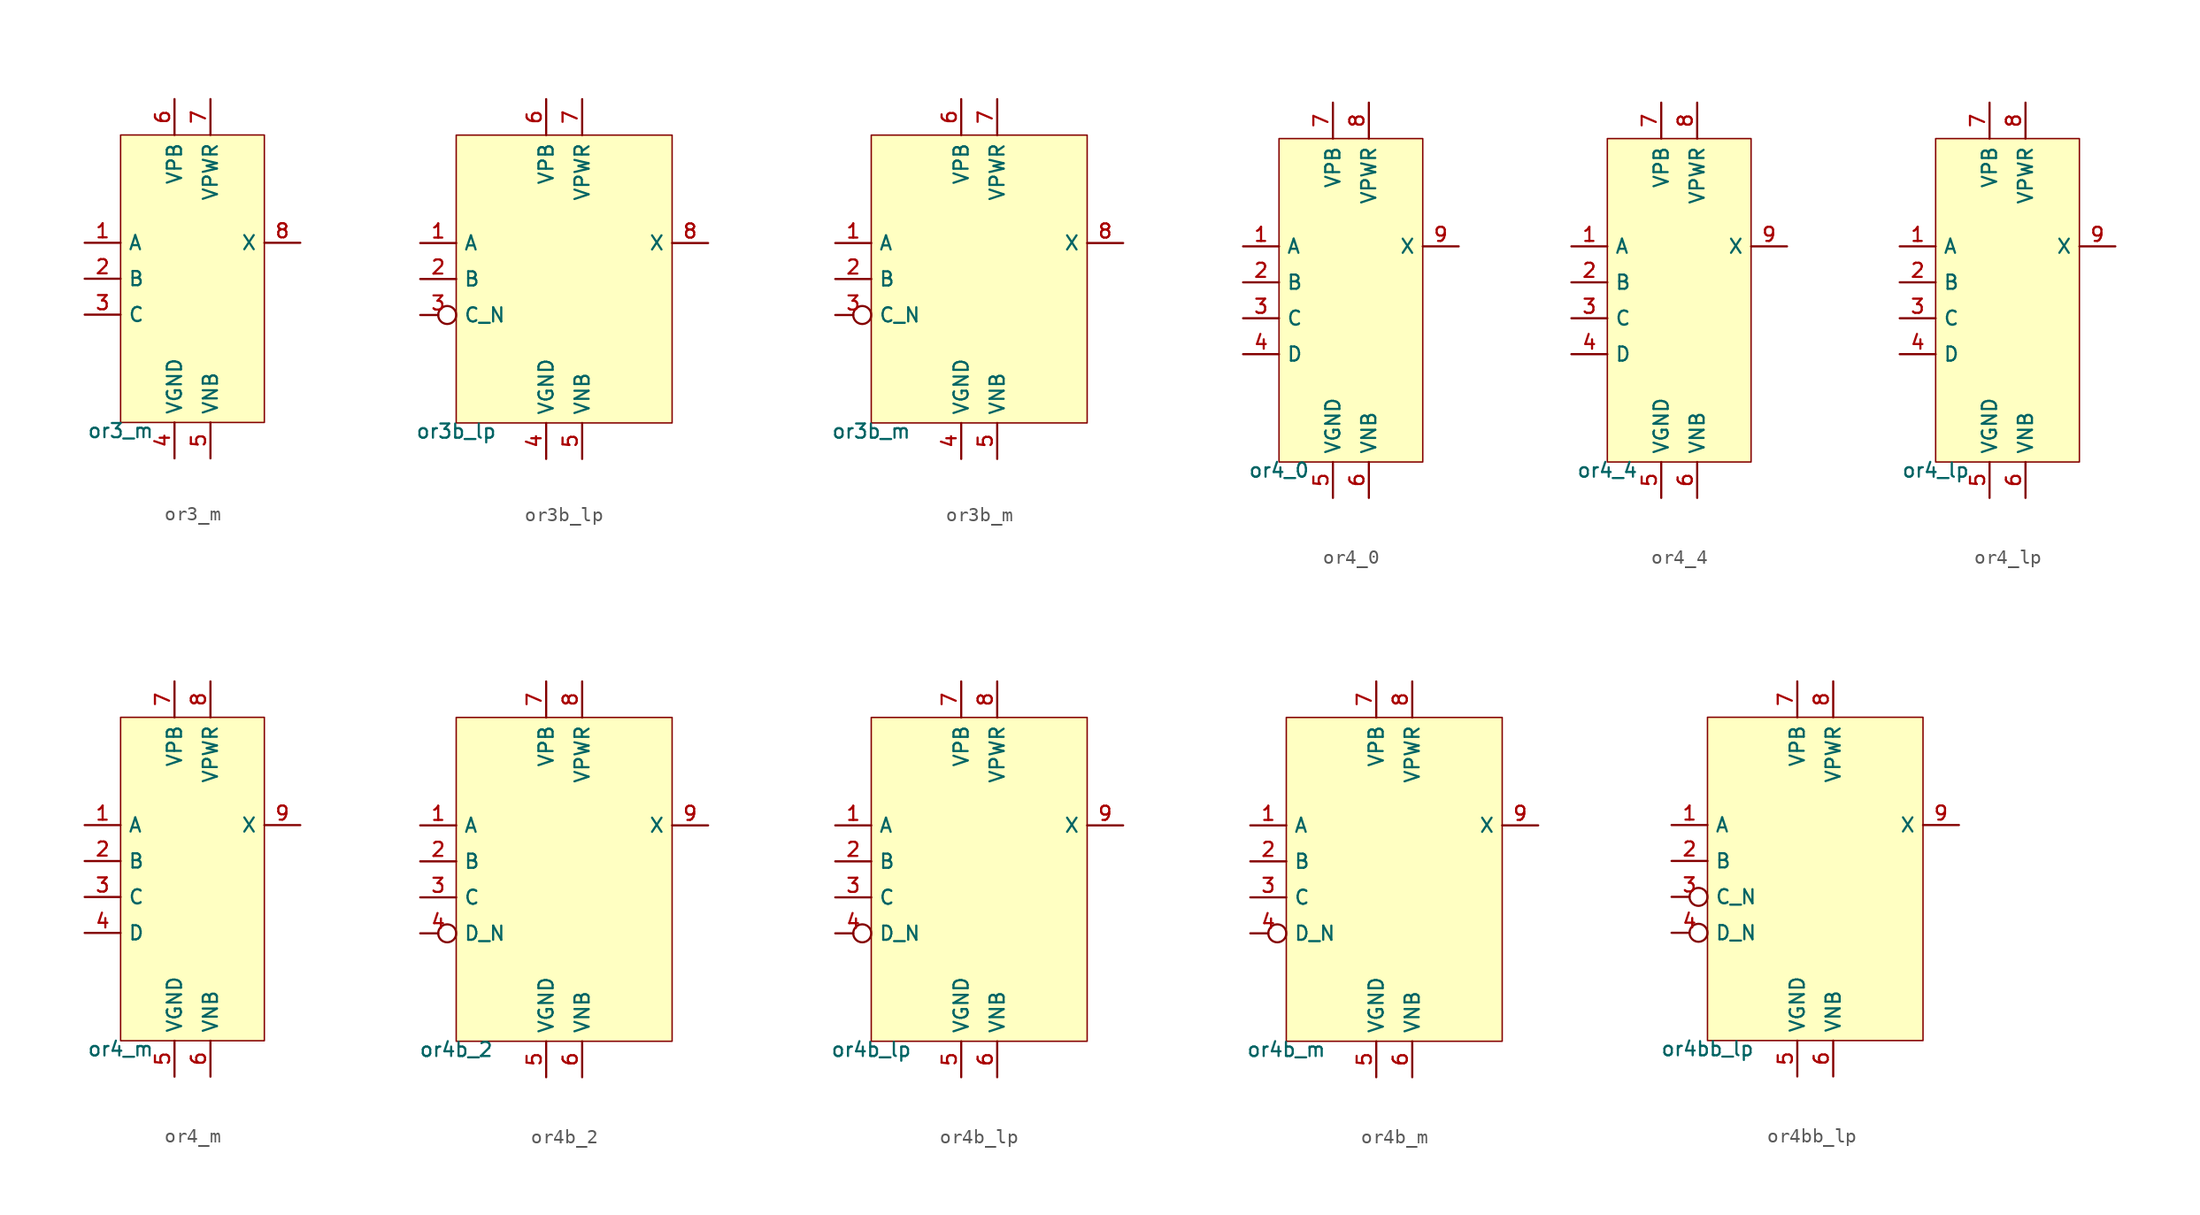
<source format=kicad_sym>
(kicad_symbol_lib
  (version 20211014)
  (generator pdk2kicad)
  (symbol "or3_m"
    (property "Reference" "X"
      (at 0 0 0)
      (effects (font (size 1 1)) hide))
    (property "Value" "or3_m"
      (at -5.08 -10.16 0)
      (effects (font (size 1 1)) (justify top)))
    (rectangle
      (start -5.08 -10.16)
      (end 5.08 10.16)
      (stroke (width 0.1) (type solid) (color 0 0 0 0))
      (fill (type background)))
    (pin input line
      (at -7.62 2.54 0)
      (length 2.54)
      (name "A" (effects (font (size 1 1)) hide))
      (number "1" (effects (font (size 1 1)) hide)))
    (pin input line
      (at -7.62 0.0 0)
      (length 2.54)
      (name "B" (effects (font (size 1 1)) hide))
      (number "2" (effects (font (size 1 1)) hide)))
    (pin input line
      (at -7.62 -2.54 0)
      (length 2.54)
      (name "C" (effects (font (size 1 1)) hide))
      (number "3" (effects (font (size 1 1)) hide)))
    (pin power_in line
      (at -1.27 -12.7 90)
      (length 2.54)
      (name "VGND" (effects (font (size 1 1)) hide))
      (number "4" (effects (font (size 1 1)) hide)))
    (pin power_in line
      (at 1.27 -12.7 90)
      (length 2.54)
      (name "VNB" (effects (font (size 1 1)) hide))
      (number "5" (effects (font (size 1 1)) hide)))
    (pin power_in line
      (at -1.27 12.7 270)
      (length 2.54)
      (name "VPB" (effects (font (size 1 1)) hide))
      (number "6" (effects (font (size 1 1)) hide)))
    (pin power_in line
      (at 1.27 12.7 270)
      (length 2.54)
      (name "VPWR" (effects (font (size 1 1)) hide))
      (number "7" (effects (font (size 1 1)) hide)))
    (pin output line
      (at 7.62 2.54 180)
      (length 2.54)
      (name "X" (effects (font (size 1 1)) hide))
      (number "8" (effects (font (size 1 1)) hide))))
  (symbol "or3b_lp"
    (property "Reference" "X"
      (at 0 0 0)
      (effects (font (size 1 1)) hide))
    (property "Value" "or3b_lp"
      (at -7.62 -10.16 0)
      (effects (font (size 1 1)) (justify top)))
    (rectangle
      (start -7.62 -10.16)
      (end 7.62 10.16)
      (stroke (width 0.1) (type solid) (color 0 0 0 0))
      (fill (type background)))
    (pin input line
      (at -10.16 2.54 0)
      (length 2.54)
      (name "A" (effects (font (size 1 1)) hide))
      (number "1" (effects (font (size 1 1)) hide)))
    (pin input line
      (at -10.16 0.0 0)
      (length 2.54)
      (name "B" (effects (font (size 1 1)) hide))
      (number "2" (effects (font (size 1 1)) hide)))
    (pin input inverted
      (at -10.16 -2.54 0)
      (length 2.54)
      (name "C_N" (effects (font (size 1 1)) hide))
      (number "3" (effects (font (size 1 1)) hide)))
    (pin power_in line
      (at -1.27 -12.7 90)
      (length 2.54)
      (name "VGND" (effects (font (size 1 1)) hide))
      (number "4" (effects (font (size 1 1)) hide)))
    (pin power_in line
      (at 1.27 -12.7 90)
      (length 2.54)
      (name "VNB" (effects (font (size 1 1)) hide))
      (number "5" (effects (font (size 1 1)) hide)))
    (pin power_in line
      (at -1.27 12.7 270)
      (length 2.54)
      (name "VPB" (effects (font (size 1 1)) hide))
      (number "6" (effects (font (size 1 1)) hide)))
    (pin power_in line
      (at 1.27 12.7 270)
      (length 2.54)
      (name "VPWR" (effects (font (size 1 1)) hide))
      (number "7" (effects (font (size 1 1)) hide)))
    (pin output line
      (at 10.16 2.54 180)
      (length 2.54)
      (name "X" (effects (font (size 1 1)) hide))
      (number "8" (effects (font (size 1 1)) hide))))
  (symbol "or3b_m"
    (property "Reference" "X"
      (at 0 0 0)
      (effects (font (size 1 1)) hide))
    (property "Value" "or3b_m"
      (at -7.62 -10.16 0)
      (effects (font (size 1 1)) (justify top)))
    (rectangle
      (start -7.62 -10.16)
      (end 7.62 10.16)
      (stroke (width 0.1) (type solid) (color 0 0 0 0))
      (fill (type background)))
    (pin input line
      (at -10.16 2.54 0)
      (length 2.54)
      (name "A" (effects (font (size 1 1)) hide))
      (number "1" (effects (font (size 1 1)) hide)))
    (pin input line
      (at -10.16 0.0 0)
      (length 2.54)
      (name "B" (effects (font (size 1 1)) hide))
      (number "2" (effects (font (size 1 1)) hide)))
    (pin input inverted
      (at -10.16 -2.54 0)
      (length 2.54)
      (name "C_N" (effects (font (size 1 1)) hide))
      (number "3" (effects (font (size 1 1)) hide)))
    (pin power_in line
      (at -1.27 -12.7 90)
      (length 2.54)
      (name "VGND" (effects (font (size 1 1)) hide))
      (number "4" (effects (font (size 1 1)) hide)))
    (pin power_in line
      (at 1.27 -12.7 90)
      (length 2.54)
      (name "VNB" (effects (font (size 1 1)) hide))
      (number "5" (effects (font (size 1 1)) hide)))
    (pin power_in line
      (at -1.27 12.7 270)
      (length 2.54)
      (name "VPB" (effects (font (size 1 1)) hide))
      (number "6" (effects (font (size 1 1)) hide)))
    (pin power_in line
      (at 1.27 12.7 270)
      (length 2.54)
      (name "VPWR" (effects (font (size 1 1)) hide))
      (number "7" (effects (font (size 1 1)) hide)))
    (pin output line
      (at 10.16 2.54 180)
      (length 2.54)
      (name "X" (effects (font (size 1 1)) hide))
      (number "8" (effects (font (size 1 1)) hide))))
  (symbol "or4_0"
    (property "Reference" "X"
      (at 0 0 0)
      (effects (font (size 1 1)) hide))
    (property "Value" "or4_0"
      (at -5.08 -11.43 0)
      (effects (font (size 1 1)) (justify top)))
    (rectangle
      (start -5.08 -11.43)
      (end 5.08 11.43)
      (stroke (width 0.1) (type solid) (color 0 0 0 0))
      (fill (type background)))
    (pin input line
      (at -7.62 3.81 0)
      (length 2.54)
      (name "A" (effects (font (size 1 1)) hide))
      (number "1" (effects (font (size 1 1)) hide)))
    (pin input line
      (at -7.62 1.27 0)
      (length 2.54)
      (name "B" (effects (font (size 1 1)) hide))
      (number "2" (effects (font (size 1 1)) hide)))
    (pin input line
      (at -7.62 -1.27 0)
      (length 2.54)
      (name "C" (effects (font (size 1 1)) hide))
      (number "3" (effects (font (size 1 1)) hide)))
    (pin input line
      (at -7.62 -3.81 0)
      (length 2.54)
      (name "D" (effects (font (size 1 1)) hide))
      (number "4" (effects (font (size 1 1)) hide)))
    (pin power_in line
      (at -1.27 -13.97 90)
      (length 2.54)
      (name "VGND" (effects (font (size 1 1)) hide))
      (number "5" (effects (font (size 1 1)) hide)))
    (pin power_in line
      (at 1.27 -13.97 90)
      (length 2.54)
      (name "VNB" (effects (font (size 1 1)) hide))
      (number "6" (effects (font (size 1 1)) hide)))
    (pin power_in line
      (at -1.27 13.97 270)
      (length 2.54)
      (name "VPB" (effects (font (size 1 1)) hide))
      (number "7" (effects (font (size 1 1)) hide)))
    (pin power_in line
      (at 1.27 13.97 270)
      (length 2.54)
      (name "VPWR" (effects (font (size 1 1)) hide))
      (number "8" (effects (font (size 1 1)) hide)))
    (pin output line
      (at 7.62 3.81 180)
      (length 2.54)
      (name "X" (effects (font (size 1 1)) hide))
      (number "9" (effects (font (size 1 1)) hide))))
  (symbol "or4_4"
    (property "Reference" "X"
      (at 0 0 0)
      (effects (font (size 1 1)) hide))
    (property "Value" "or4_4"
      (at -5.08 -11.43 0)
      (effects (font (size 1 1)) (justify top)))
    (rectangle
      (start -5.08 -11.43)
      (end 5.08 11.43)
      (stroke (width 0.1) (type solid) (color 0 0 0 0))
      (fill (type background)))
    (pin input line
      (at -7.62 3.81 0)
      (length 2.54)
      (name "A" (effects (font (size 1 1)) hide))
      (number "1" (effects (font (size 1 1)) hide)))
    (pin input line
      (at -7.62 1.27 0)
      (length 2.54)
      (name "B" (effects (font (size 1 1)) hide))
      (number "2" (effects (font (size 1 1)) hide)))
    (pin input line
      (at -7.62 -1.27 0)
      (length 2.54)
      (name "C" (effects (font (size 1 1)) hide))
      (number "3" (effects (font (size 1 1)) hide)))
    (pin input line
      (at -7.62 -3.81 0)
      (length 2.54)
      (name "D" (effects (font (size 1 1)) hide))
      (number "4" (effects (font (size 1 1)) hide)))
    (pin power_in line
      (at -1.27 -13.97 90)
      (length 2.54)
      (name "VGND" (effects (font (size 1 1)) hide))
      (number "5" (effects (font (size 1 1)) hide)))
    (pin power_in line
      (at 1.27 -13.97 90)
      (length 2.54)
      (name "VNB" (effects (font (size 1 1)) hide))
      (number "6" (effects (font (size 1 1)) hide)))
    (pin power_in line
      (at -1.27 13.97 270)
      (length 2.54)
      (name "VPB" (effects (font (size 1 1)) hide))
      (number "7" (effects (font (size 1 1)) hide)))
    (pin power_in line
      (at 1.27 13.97 270)
      (length 2.54)
      (name "VPWR" (effects (font (size 1 1)) hide))
      (number "8" (effects (font (size 1 1)) hide)))
    (pin output line
      (at 7.62 3.81 180)
      (length 2.54)
      (name "X" (effects (font (size 1 1)) hide))
      (number "9" (effects (font (size 1 1)) hide))))
  (symbol "or4_lp"
    (property "Reference" "X"
      (at 0 0 0)
      (effects (font (size 1 1)) hide))
    (property "Value" "or4_lp"
      (at -5.08 -11.43 0)
      (effects (font (size 1 1)) (justify top)))
    (rectangle
      (start -5.08 -11.43)
      (end 5.08 11.43)
      (stroke (width 0.1) (type solid) (color 0 0 0 0))
      (fill (type background)))
    (pin input line
      (at -7.62 3.81 0)
      (length 2.54)
      (name "A" (effects (font (size 1 1)) hide))
      (number "1" (effects (font (size 1 1)) hide)))
    (pin input line
      (at -7.62 1.27 0)
      (length 2.54)
      (name "B" (effects (font (size 1 1)) hide))
      (number "2" (effects (font (size 1 1)) hide)))
    (pin input line
      (at -7.62 -1.27 0)
      (length 2.54)
      (name "C" (effects (font (size 1 1)) hide))
      (number "3" (effects (font (size 1 1)) hide)))
    (pin input line
      (at -7.62 -3.81 0)
      (length 2.54)
      (name "D" (effects (font (size 1 1)) hide))
      (number "4" (effects (font (size 1 1)) hide)))
    (pin power_in line
      (at -1.27 -13.97 90)
      (length 2.54)
      (name "VGND" (effects (font (size 1 1)) hide))
      (number "5" (effects (font (size 1 1)) hide)))
    (pin power_in line
      (at 1.27 -13.97 90)
      (length 2.54)
      (name "VNB" (effects (font (size 1 1)) hide))
      (number "6" (effects (font (size 1 1)) hide)))
    (pin power_in line
      (at -1.27 13.97 270)
      (length 2.54)
      (name "VPB" (effects (font (size 1 1)) hide))
      (number "7" (effects (font (size 1 1)) hide)))
    (pin power_in line
      (at 1.27 13.97 270)
      (length 2.54)
      (name "VPWR" (effects (font (size 1 1)) hide))
      (number "8" (effects (font (size 1 1)) hide)))
    (pin output line
      (at 7.62 3.81 180)
      (length 2.54)
      (name "X" (effects (font (size 1 1)) hide))
      (number "9" (effects (font (size 1 1)) hide))))
  (symbol "or4_m"
    (property "Reference" "X"
      (at 0 0 0)
      (effects (font (size 1 1)) hide))
    (property "Value" "or4_m"
      (at -5.08 -11.43 0)
      (effects (font (size 1 1)) (justify top)))
    (rectangle
      (start -5.08 -11.43)
      (end 5.08 11.43)
      (stroke (width 0.1) (type solid) (color 0 0 0 0))
      (fill (type background)))
    (pin input line
      (at -7.62 3.81 0)
      (length 2.54)
      (name "A" (effects (font (size 1 1)) hide))
      (number "1" (effects (font (size 1 1)) hide)))
    (pin input line
      (at -7.62 1.27 0)
      (length 2.54)
      (name "B" (effects (font (size 1 1)) hide))
      (number "2" (effects (font (size 1 1)) hide)))
    (pin input line
      (at -7.62 -1.27 0)
      (length 2.54)
      (name "C" (effects (font (size 1 1)) hide))
      (number "3" (effects (font (size 1 1)) hide)))
    (pin input line
      (at -7.62 -3.81 0)
      (length 2.54)
      (name "D" (effects (font (size 1 1)) hide))
      (number "4" (effects (font (size 1 1)) hide)))
    (pin power_in line
      (at -1.27 -13.97 90)
      (length 2.54)
      (name "VGND" (effects (font (size 1 1)) hide))
      (number "5" (effects (font (size 1 1)) hide)))
    (pin power_in line
      (at 1.27 -13.97 90)
      (length 2.54)
      (name "VNB" (effects (font (size 1 1)) hide))
      (number "6" (effects (font (size 1 1)) hide)))
    (pin power_in line
      (at -1.27 13.97 270)
      (length 2.54)
      (name "VPB" (effects (font (size 1 1)) hide))
      (number "7" (effects (font (size 1 1)) hide)))
    (pin power_in line
      (at 1.27 13.97 270)
      (length 2.54)
      (name "VPWR" (effects (font (size 1 1)) hide))
      (number "8" (effects (font (size 1 1)) hide)))
    (pin output line
      (at 7.62 3.81 180)
      (length 2.54)
      (name "X" (effects (font (size 1 1)) hide))
      (number "9" (effects (font (size 1 1)) hide))))
  (symbol "or4b_2"
    (property "Reference" "X"
      (at 0 0 0)
      (effects (font (size 1 1)) hide))
    (property "Value" "or4b_2"
      (at -7.62 -11.43 0)
      (effects (font (size 1 1)) (justify top)))
    (rectangle
      (start -7.62 -11.43)
      (end 7.62 11.43)
      (stroke (width 0.1) (type solid) (color 0 0 0 0))
      (fill (type background)))
    (pin input line
      (at -10.16 3.81 0)
      (length 2.54)
      (name "A" (effects (font (size 1 1)) hide))
      (number "1" (effects (font (size 1 1)) hide)))
    (pin input line
      (at -10.16 1.27 0)
      (length 2.54)
      (name "B" (effects (font (size 1 1)) hide))
      (number "2" (effects (font (size 1 1)) hide)))
    (pin input line
      (at -10.16 -1.27 0)
      (length 2.54)
      (name "C" (effects (font (size 1 1)) hide))
      (number "3" (effects (font (size 1 1)) hide)))
    (pin input inverted
      (at -10.16 -3.81 0)
      (length 2.54)
      (name "D_N" (effects (font (size 1 1)) hide))
      (number "4" (effects (font (size 1 1)) hide)))
    (pin power_in line
      (at -1.27 -13.97 90)
      (length 2.54)
      (name "VGND" (effects (font (size 1 1)) hide))
      (number "5" (effects (font (size 1 1)) hide)))
    (pin power_in line
      (at 1.27 -13.97 90)
      (length 2.54)
      (name "VNB" (effects (font (size 1 1)) hide))
      (number "6" (effects (font (size 1 1)) hide)))
    (pin power_in line
      (at -1.27 13.97 270)
      (length 2.54)
      (name "VPB" (effects (font (size 1 1)) hide))
      (number "7" (effects (font (size 1 1)) hide)))
    (pin power_in line
      (at 1.27 13.97 270)
      (length 2.54)
      (name "VPWR" (effects (font (size 1 1)) hide))
      (number "8" (effects (font (size 1 1)) hide)))
    (pin output line
      (at 10.16 3.81 180)
      (length 2.54)
      (name "X" (effects (font (size 1 1)) hide))
      (number "9" (effects (font (size 1 1)) hide))))
  (symbol "or4b_lp"
    (property "Reference" "X"
      (at 0 0 0)
      (effects (font (size 1 1)) hide))
    (property "Value" "or4b_lp"
      (at -7.62 -11.43 0)
      (effects (font (size 1 1)) (justify top)))
    (rectangle
      (start -7.62 -11.43)
      (end 7.62 11.43)
      (stroke (width 0.1) (type solid) (color 0 0 0 0))
      (fill (type background)))
    (pin input line
      (at -10.16 3.81 0)
      (length 2.54)
      (name "A" (effects (font (size 1 1)) hide))
      (number "1" (effects (font (size 1 1)) hide)))
    (pin input line
      (at -10.16 1.27 0)
      (length 2.54)
      (name "B" (effects (font (size 1 1)) hide))
      (number "2" (effects (font (size 1 1)) hide)))
    (pin input line
      (at -10.16 -1.27 0)
      (length 2.54)
      (name "C" (effects (font (size 1 1)) hide))
      (number "3" (effects (font (size 1 1)) hide)))
    (pin input inverted
      (at -10.16 -3.81 0)
      (length 2.54)
      (name "D_N" (effects (font (size 1 1)) hide))
      (number "4" (effects (font (size 1 1)) hide)))
    (pin power_in line
      (at -1.27 -13.97 90)
      (length 2.54)
      (name "VGND" (effects (font (size 1 1)) hide))
      (number "5" (effects (font (size 1 1)) hide)))
    (pin power_in line
      (at 1.27 -13.97 90)
      (length 2.54)
      (name "VNB" (effects (font (size 1 1)) hide))
      (number "6" (effects (font (size 1 1)) hide)))
    (pin power_in line
      (at -1.27 13.97 270)
      (length 2.54)
      (name "VPB" (effects (font (size 1 1)) hide))
      (number "7" (effects (font (size 1 1)) hide)))
    (pin power_in line
      (at 1.27 13.97 270)
      (length 2.54)
      (name "VPWR" (effects (font (size 1 1)) hide))
      (number "8" (effects (font (size 1 1)) hide)))
    (pin output line
      (at 10.16 3.81 180)
      (length 2.54)
      (name "X" (effects (font (size 1 1)) hide))
      (number "9" (effects (font (size 1 1)) hide))))
  (symbol "or4b_m"
    (property "Reference" "X"
      (at 0 0 0)
      (effects (font (size 1 1)) hide))
    (property "Value" "or4b_m"
      (at -7.62 -11.43 0)
      (effects (font (size 1 1)) (justify top)))
    (rectangle
      (start -7.62 -11.43)
      (end 7.62 11.43)
      (stroke (width 0.1) (type solid) (color 0 0 0 0))
      (fill (type background)))
    (pin input line
      (at -10.16 3.81 0)
      (length 2.54)
      (name "A" (effects (font (size 1 1)) hide))
      (number "1" (effects (font (size 1 1)) hide)))
    (pin input line
      (at -10.16 1.27 0)
      (length 2.54)
      (name "B" (effects (font (size 1 1)) hide))
      (number "2" (effects (font (size 1 1)) hide)))
    (pin input line
      (at -10.16 -1.27 0)
      (length 2.54)
      (name "C" (effects (font (size 1 1)) hide))
      (number "3" (effects (font (size 1 1)) hide)))
    (pin input inverted
      (at -10.16 -3.81 0)
      (length 2.54)
      (name "D_N" (effects (font (size 1 1)) hide))
      (number "4" (effects (font (size 1 1)) hide)))
    (pin power_in line
      (at -1.27 -13.97 90)
      (length 2.54)
      (name "VGND" (effects (font (size 1 1)) hide))
      (number "5" (effects (font (size 1 1)) hide)))
    (pin power_in line
      (at 1.27 -13.97 90)
      (length 2.54)
      (name "VNB" (effects (font (size 1 1)) hide))
      (number "6" (effects (font (size 1 1)) hide)))
    (pin power_in line
      (at -1.27 13.97 270)
      (length 2.54)
      (name "VPB" (effects (font (size 1 1)) hide))
      (number "7" (effects (font (size 1 1)) hide)))
    (pin power_in line
      (at 1.27 13.97 270)
      (length 2.54)
      (name "VPWR" (effects (font (size 1 1)) hide))
      (number "8" (effects (font (size 1 1)) hide)))
    (pin output line
      (at 10.16 3.81 180)
      (length 2.54)
      (name "X" (effects (font (size 1 1)) hide))
      (number "9" (effects (font (size 1 1)) hide))))
  (symbol "or4bb_lp"
    (property "Reference" "X"
      (at 0 0 0)
      (effects (font (size 1 1)) hide))
    (property "Value" "or4bb_lp"
      (at -7.62 -11.43 0)
      (effects (font (size 1 1)) (justify top)))
    (rectangle
      (start -7.62 -11.43)
      (end 7.62 11.43)
      (stroke (width 0.1) (type solid) (color 0 0 0 0))
      (fill (type background)))
    (pin input line
      (at -10.16 3.81 0)
      (length 2.54)
      (name "A" (effects (font (size 1 1)) hide))
      (number "1" (effects (font (size 1 1)) hide)))
    (pin input line
      (at -10.16 1.27 0)
      (length 2.54)
      (name "B" (effects (font (size 1 1)) hide))
      (number "2" (effects (font (size 1 1)) hide)))
    (pin input inverted
      (at -10.16 -1.27 0)
      (length 2.54)
      (name "C_N" (effects (font (size 1 1)) hide))
      (number "3" (effects (font (size 1 1)) hide)))
    (pin input inverted
      (at -10.16 -3.81 0)
      (length 2.54)
      (name "D_N" (effects (font (size 1 1)) hide))
      (number "4" (effects (font (size 1 1)) hide)))
    (pin power_in line
      (at -1.27 -13.97 90)
      (length 2.54)
      (name "VGND" (effects (font (size 1 1)) hide))
      (number "5" (effects (font (size 1 1)) hide)))
    (pin power_in line
      (at 1.27 -13.97 90)
      (length 2.54)
      (name "VNB" (effects (font (size 1 1)) hide))
      (number "6" (effects (font (size 1 1)) hide)))
    (pin power_in line
      (at -1.27 13.97 270)
      (length 2.54)
      (name "VPB" (effects (font (size 1 1)) hide))
      (number "7" (effects (font (size 1 1)) hide)))
    (pin power_in line
      (at 1.27 13.97 270)
      (length 2.54)
      (name "VPWR" (effects (font (size 1 1)) hide))
      (number "8" (effects (font (size 1 1)) hide)))
    (pin output line
      (at 10.16 3.81 180)
      (length 2.54)
      (name "X" (effects (font (size 1 1)) hide))
      (number "9" (effects (font (size 1 1)) hide)))))
</source>
